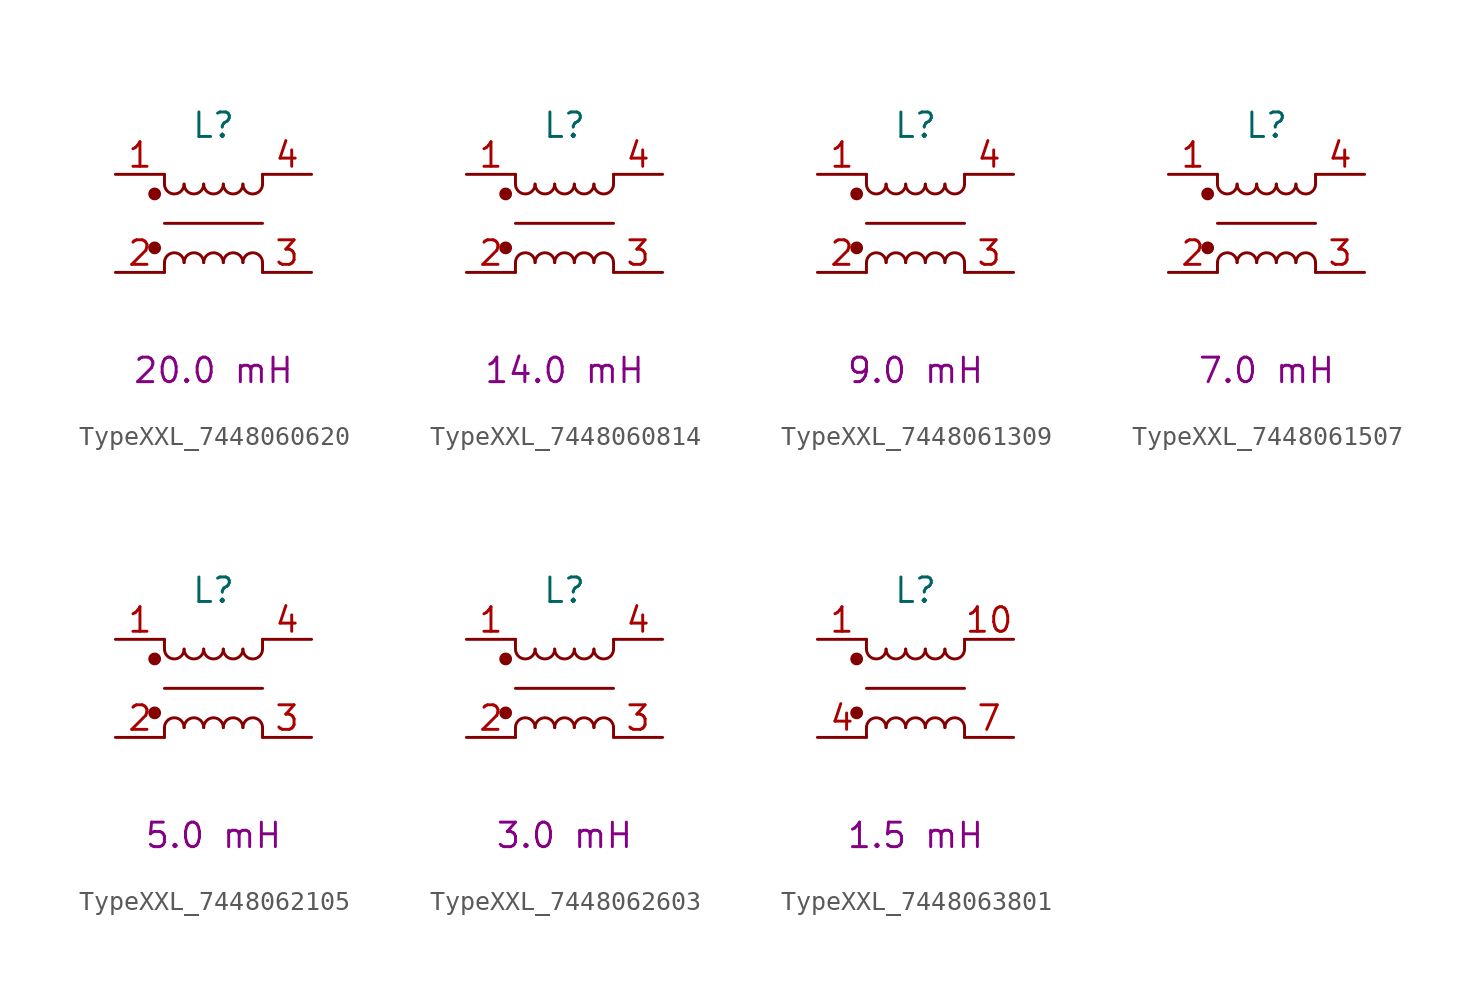
<source format=kicad_sym>
(kicad_symbol_lib
  (version 20220914)
  (generator kicad_symbol_editor)
  (symbol "TypeXXL_7448060620"
    (pin_names hide)
    (property "Reference" "L"
      (at 0 5.08 0)
      (effects (font (size 1.27 1.27))))
    (property "Critical Parameter" "20.0 mH"
      (at 0 -7.62 0)
      (effects (font (size 1.27 1.27))))
    (symbol "TypeXXL_7448060620_0_1"
      (circle (center -3.048 -1.27) (radius 0.254) (stroke (width 0) (type default)) (fill (type outline)))
      (circle (center -3.048 1.524) (radius 0.254) (stroke (width 0) (type default)) (fill (type outline)))
      (arc (start -2.54 2.032) (mid -2.032 1.5262) (end -1.524 2.032) (stroke (width 0) (type default)) (fill (type none)))
      (arc (start -1.524 -2.032) (mid -2.032 -1.5262) (end -2.54 -2.032) (stroke (width 0) (type default)) (fill (type none)))
      (arc (start -1.524 2.032) (mid -1.016 1.5262) (end -0.508 2.032) (stroke (width 0) (type default)) (fill (type none)))
      (arc (start -0.508 -2.032) (mid -1.016 -1.5262) (end -1.524 -2.032) (stroke (width 0) (type default)) (fill (type none)))
      (arc (start -0.508 2.032) (mid 0 1.5262) (end 0.508 2.032) (stroke (width 0) (type default)) (fill (type none)))
      (polyline (pts (xy -2.54 -2.032) (xy -2.54 -2.54)) (stroke (width 0) (type default)) (fill (type none)))
      (polyline (pts (xy -2.54 2.032) (xy -2.54 2.54)) (stroke (width 0) (type default)) (fill (type none)))
      (polyline (pts (xy 2.54 -2.032) (xy 2.54 -2.54)) (stroke (width 0) (type default)) (fill (type none)))
      (polyline (pts (xy 2.54 0) (xy -2.54 0)) (stroke (width 0) (type default)) (fill (type none)))
      (polyline (pts (xy 2.54 2.54) (xy 2.54 2.032)) (stroke (width 0) (type default)) (fill (type none)))
      (arc (start 0.508 -2.032) (mid 0 -1.5262) (end -0.508 -2.032) (stroke (width 0) (type default)) (fill (type none)))
      (arc (start 0.508 2.032) (mid 1.016 1.5262) (end 1.524 2.032) (stroke (width 0) (type default)) (fill (type none)))
      (arc (start 1.524 -2.032) (mid 1.016 -1.5262) (end 0.508 -2.032) (stroke (width 0) (type default)) (fill (type none)))
      (arc (start 1.524 2.032) (mid 2.032 1.5262) (end 2.54 2.032) (stroke (width 0) (type default)) (fill (type none)))
      (arc (start 2.54 -2.032) (mid 2.032 -1.5262) (end 1.524 -2.032) (stroke (width 0) (type default)) (fill (type none))))
    (symbol "TypeXXL_7448060620_1_1"
      (pin passive line (at -5.08 2.54 0) (length 2.54) (name "1" (effects (font (size 1.27 1.27)))) (number "1" (effects (font (size 1.27 1.27)))))
      (pin passive line (at -5.08 -2.54 0) (length 2.54) (name "2" (effects (font (size 1.27 1.27)))) (number "2" (effects (font (size 1.27 1.27)))))
      (pin passive line (at 5.08 -2.54 180) (length 2.54) (name "3" (effects (font (size 1.27 1.27)))) (number "3" (effects (font (size 1.27 1.27)))))
      (pin passive line (at 5.08 2.54 180) (length 2.54) (name "4" (effects (font (size 1.27 1.27)))) (number "4" (effects (font (size 1.27 1.27)))))))
  (symbol "TypeXXL_7448060814"
    (pin_names hide)
    (property "Reference" "L"
      (at 0 5.08 0)
      (effects (font (size 1.27 1.27))))
    (property "Critical Parameter" "14.0 mH"
      (at 0 -7.62 0)
      (effects (font (size 1.27 1.27))))
    (symbol "TypeXXL_7448060814_0_1"
      (circle (center -3.048 -1.27) (radius 0.254) (stroke (width 0) (type default)) (fill (type outline)))
      (circle (center -3.048 1.524) (radius 0.254) (stroke (width 0) (type default)) (fill (type outline)))
      (arc (start -2.54 2.032) (mid -2.032 1.5262) (end -1.524 2.032) (stroke (width 0) (type default)) (fill (type none)))
      (arc (start -1.524 -2.032) (mid -2.032 -1.5262) (end -2.54 -2.032) (stroke (width 0) (type default)) (fill (type none)))
      (arc (start -1.524 2.032) (mid -1.016 1.5262) (end -0.508 2.032) (stroke (width 0) (type default)) (fill (type none)))
      (arc (start -0.508 -2.032) (mid -1.016 -1.5262) (end -1.524 -2.032) (stroke (width 0) (type default)) (fill (type none)))
      (arc (start -0.508 2.032) (mid 0 1.5262) (end 0.508 2.032) (stroke (width 0) (type default)) (fill (type none)))
      (polyline (pts (xy -2.54 -2.032) (xy -2.54 -2.54)) (stroke (width 0) (type default)) (fill (type none)))
      (polyline (pts (xy -2.54 2.032) (xy -2.54 2.54)) (stroke (width 0) (type default)) (fill (type none)))
      (polyline (pts (xy 2.54 -2.032) (xy 2.54 -2.54)) (stroke (width 0) (type default)) (fill (type none)))
      (polyline (pts (xy 2.54 0) (xy -2.54 0)) (stroke (width 0) (type default)) (fill (type none)))
      (polyline (pts (xy 2.54 2.54) (xy 2.54 2.032)) (stroke (width 0) (type default)) (fill (type none)))
      (arc (start 0.508 -2.032) (mid 0 -1.5262) (end -0.508 -2.032) (stroke (width 0) (type default)) (fill (type none)))
      (arc (start 0.508 2.032) (mid 1.016 1.5262) (end 1.524 2.032) (stroke (width 0) (type default)) (fill (type none)))
      (arc (start 1.524 -2.032) (mid 1.016 -1.5262) (end 0.508 -2.032) (stroke (width 0) (type default)) (fill (type none)))
      (arc (start 1.524 2.032) (mid 2.032 1.5262) (end 2.54 2.032) (stroke (width 0) (type default)) (fill (type none)))
      (arc (start 2.54 -2.032) (mid 2.032 -1.5262) (end 1.524 -2.032) (stroke (width 0) (type default)) (fill (type none))))
    (symbol "TypeXXL_7448060814_1_1"
      (pin passive line (at -5.08 2.54 0) (length 2.54) (name "1" (effects (font (size 1.27 1.27)))) (number "1" (effects (font (size 1.27 1.27)))))
      (pin passive line (at -5.08 -2.54 0) (length 2.54) (name "2" (effects (font (size 1.27 1.27)))) (number "2" (effects (font (size 1.27 1.27)))))
      (pin passive line (at 5.08 -2.54 180) (length 2.54) (name "3" (effects (font (size 1.27 1.27)))) (number "3" (effects (font (size 1.27 1.27)))))
      (pin passive line (at 5.08 2.54 180) (length 2.54) (name "4" (effects (font (size 1.27 1.27)))) (number "4" (effects (font (size 1.27 1.27)))))))
  (symbol "TypeXXL_7448061309"
    (pin_names hide)
    (property "Reference" "L"
      (at 0 5.08 0)
      (effects (font (size 1.27 1.27))))
    (property "Critical Parameter" "9.0 mH"
      (at 0 -7.62 0)
      (effects (font (size 1.27 1.27))))
    (symbol "TypeXXL_7448061309_0_1"
      (circle (center -3.048 -1.27) (radius 0.254) (stroke (width 0) (type default)) (fill (type outline)))
      (circle (center -3.048 1.524) (radius 0.254) (stroke (width 0) (type default)) (fill (type outline)))
      (arc (start -2.54 2.032) (mid -2.032 1.5262) (end -1.524 2.032) (stroke (width 0) (type default)) (fill (type none)))
      (arc (start -1.524 -2.032) (mid -2.032 -1.5262) (end -2.54 -2.032) (stroke (width 0) (type default)) (fill (type none)))
      (arc (start -1.524 2.032) (mid -1.016 1.5262) (end -0.508 2.032) (stroke (width 0) (type default)) (fill (type none)))
      (arc (start -0.508 -2.032) (mid -1.016 -1.5262) (end -1.524 -2.032) (stroke (width 0) (type default)) (fill (type none)))
      (arc (start -0.508 2.032) (mid 0 1.5262) (end 0.508 2.032) (stroke (width 0) (type default)) (fill (type none)))
      (polyline (pts (xy -2.54 -2.032) (xy -2.54 -2.54)) (stroke (width 0) (type default)) (fill (type none)))
      (polyline (pts (xy -2.54 2.032) (xy -2.54 2.54)) (stroke (width 0) (type default)) (fill (type none)))
      (polyline (pts (xy 2.54 -2.032) (xy 2.54 -2.54)) (stroke (width 0) (type default)) (fill (type none)))
      (polyline (pts (xy 2.54 0) (xy -2.54 0)) (stroke (width 0) (type default)) (fill (type none)))
      (polyline (pts (xy 2.54 2.54) (xy 2.54 2.032)) (stroke (width 0) (type default)) (fill (type none)))
      (arc (start 0.508 -2.032) (mid 0 -1.5262) (end -0.508 -2.032) (stroke (width 0) (type default)) (fill (type none)))
      (arc (start 0.508 2.032) (mid 1.016 1.5262) (end 1.524 2.032) (stroke (width 0) (type default)) (fill (type none)))
      (arc (start 1.524 -2.032) (mid 1.016 -1.5262) (end 0.508 -2.032) (stroke (width 0) (type default)) (fill (type none)))
      (arc (start 1.524 2.032) (mid 2.032 1.5262) (end 2.54 2.032) (stroke (width 0) (type default)) (fill (type none)))
      (arc (start 2.54 -2.032) (mid 2.032 -1.5262) (end 1.524 -2.032) (stroke (width 0) (type default)) (fill (type none))))
    (symbol "TypeXXL_7448061309_1_1"
      (pin passive line (at -5.08 2.54 0) (length 2.54) (name "1" (effects (font (size 1.27 1.27)))) (number "1" (effects (font (size 1.27 1.27)))))
      (pin passive line (at -5.08 -2.54 0) (length 2.54) (name "2" (effects (font (size 1.27 1.27)))) (number "2" (effects (font (size 1.27 1.27)))))
      (pin passive line (at 5.08 -2.54 180) (length 2.54) (name "3" (effects (font (size 1.27 1.27)))) (number "3" (effects (font (size 1.27 1.27)))))
      (pin passive line (at 5.08 2.54 180) (length 2.54) (name "4" (effects (font (size 1.27 1.27)))) (number "4" (effects (font (size 1.27 1.27)))))))
  (symbol "TypeXXL_7448061507"
    (pin_names hide)
    (property "Reference" "L"
      (at 0 5.08 0)
      (effects (font (size 1.27 1.27))))
    (property "Critical Parameter" "7.0 mH"
      (at 0 -7.62 0)
      (effects (font (size 1.27 1.27))))
    (symbol "TypeXXL_7448061507_0_1"
      (circle (center -3.048 -1.27) (radius 0.254) (stroke (width 0) (type default)) (fill (type outline)))
      (circle (center -3.048 1.524) (radius 0.254) (stroke (width 0) (type default)) (fill (type outline)))
      (arc (start -2.54 2.032) (mid -2.032 1.5262) (end -1.524 2.032) (stroke (width 0) (type default)) (fill (type none)))
      (arc (start -1.524 -2.032) (mid -2.032 -1.5262) (end -2.54 -2.032) (stroke (width 0) (type default)) (fill (type none)))
      (arc (start -1.524 2.032) (mid -1.016 1.5262) (end -0.508 2.032) (stroke (width 0) (type default)) (fill (type none)))
      (arc (start -0.508 -2.032) (mid -1.016 -1.5262) (end -1.524 -2.032) (stroke (width 0) (type default)) (fill (type none)))
      (arc (start -0.508 2.032) (mid 0 1.5262) (end 0.508 2.032) (stroke (width 0) (type default)) (fill (type none)))
      (polyline (pts (xy -2.54 -2.032) (xy -2.54 -2.54)) (stroke (width 0) (type default)) (fill (type none)))
      (polyline (pts (xy -2.54 2.032) (xy -2.54 2.54)) (stroke (width 0) (type default)) (fill (type none)))
      (polyline (pts (xy 2.54 -2.032) (xy 2.54 -2.54)) (stroke (width 0) (type default)) (fill (type none)))
      (polyline (pts (xy 2.54 0) (xy -2.54 0)) (stroke (width 0) (type default)) (fill (type none)))
      (polyline (pts (xy 2.54 2.54) (xy 2.54 2.032)) (stroke (width 0) (type default)) (fill (type none)))
      (arc (start 0.508 -2.032) (mid 0 -1.5262) (end -0.508 -2.032) (stroke (width 0) (type default)) (fill (type none)))
      (arc (start 0.508 2.032) (mid 1.016 1.5262) (end 1.524 2.032) (stroke (width 0) (type default)) (fill (type none)))
      (arc (start 1.524 -2.032) (mid 1.016 -1.5262) (end 0.508 -2.032) (stroke (width 0) (type default)) (fill (type none)))
      (arc (start 1.524 2.032) (mid 2.032 1.5262) (end 2.54 2.032) (stroke (width 0) (type default)) (fill (type none)))
      (arc (start 2.54 -2.032) (mid 2.032 -1.5262) (end 1.524 -2.032) (stroke (width 0) (type default)) (fill (type none))))
    (symbol "TypeXXL_7448061507_1_1"
      (pin passive line (at -5.08 2.54 0) (length 2.54) (name "1" (effects (font (size 1.27 1.27)))) (number "1" (effects (font (size 1.27 1.27)))))
      (pin passive line (at -5.08 -2.54 0) (length 2.54) (name "2" (effects (font (size 1.27 1.27)))) (number "2" (effects (font (size 1.27 1.27)))))
      (pin passive line (at 5.08 -2.54 180) (length 2.54) (name "3" (effects (font (size 1.27 1.27)))) (number "3" (effects (font (size 1.27 1.27)))))
      (pin passive line (at 5.08 2.54 180) (length 2.54) (name "4" (effects (font (size 1.27 1.27)))) (number "4" (effects (font (size 1.27 1.27)))))))
  (symbol "TypeXXL_7448062105"
    (pin_names hide)
    (property "Reference" "L"
      (at 0 5.08 0)
      (effects (font (size 1.27 1.27))))
    (property "Critical Parameter" "5.0 mH"
      (at 0 -7.62 0)
      (effects (font (size 1.27 1.27))))
    (symbol "TypeXXL_7448062105_0_1"
      (circle (center -3.048 -1.27) (radius 0.254) (stroke (width 0) (type default)) (fill (type outline)))
      (circle (center -3.048 1.524) (radius 0.254) (stroke (width 0) (type default)) (fill (type outline)))
      (arc (start -2.54 2.032) (mid -2.032 1.5262) (end -1.524 2.032) (stroke (width 0) (type default)) (fill (type none)))
      (arc (start -1.524 -2.032) (mid -2.032 -1.5262) (end -2.54 -2.032) (stroke (width 0) (type default)) (fill (type none)))
      (arc (start -1.524 2.032) (mid -1.016 1.5262) (end -0.508 2.032) (stroke (width 0) (type default)) (fill (type none)))
      (arc (start -0.508 -2.032) (mid -1.016 -1.5262) (end -1.524 -2.032) (stroke (width 0) (type default)) (fill (type none)))
      (arc (start -0.508 2.032) (mid 0 1.5262) (end 0.508 2.032) (stroke (width 0) (type default)) (fill (type none)))
      (polyline (pts (xy -2.54 -2.032) (xy -2.54 -2.54)) (stroke (width 0) (type default)) (fill (type none)))
      (polyline (pts (xy -2.54 2.032) (xy -2.54 2.54)) (stroke (width 0) (type default)) (fill (type none)))
      (polyline (pts (xy 2.54 -2.032) (xy 2.54 -2.54)) (stroke (width 0) (type default)) (fill (type none)))
      (polyline (pts (xy 2.54 0) (xy -2.54 0)) (stroke (width 0) (type default)) (fill (type none)))
      (polyline (pts (xy 2.54 2.54) (xy 2.54 2.032)) (stroke (width 0) (type default)) (fill (type none)))
      (arc (start 0.508 -2.032) (mid 0 -1.5262) (end -0.508 -2.032) (stroke (width 0) (type default)) (fill (type none)))
      (arc (start 0.508 2.032) (mid 1.016 1.5262) (end 1.524 2.032) (stroke (width 0) (type default)) (fill (type none)))
      (arc (start 1.524 -2.032) (mid 1.016 -1.5262) (end 0.508 -2.032) (stroke (width 0) (type default)) (fill (type none)))
      (arc (start 1.524 2.032) (mid 2.032 1.5262) (end 2.54 2.032) (stroke (width 0) (type default)) (fill (type none)))
      (arc (start 2.54 -2.032) (mid 2.032 -1.5262) (end 1.524 -2.032) (stroke (width 0) (type default)) (fill (type none))))
    (symbol "TypeXXL_7448062105_1_1"
      (pin passive line (at -5.08 2.54 0) (length 2.54) (name "1" (effects (font (size 1.27 1.27)))) (number "1" (effects (font (size 1.27 1.27)))))
      (pin passive line (at -5.08 -2.54 0) (length 2.54) (name "2" (effects (font (size 1.27 1.27)))) (number "2" (effects (font (size 1.27 1.27)))))
      (pin passive line (at 5.08 -2.54 180) (length 2.54) (name "3" (effects (font (size 1.27 1.27)))) (number "3" (effects (font (size 1.27 1.27)))))
      (pin passive line (at 5.08 2.54 180) (length 2.54) (name "4" (effects (font (size 1.27 1.27)))) (number "4" (effects (font (size 1.27 1.27)))))))
  (symbol "TypeXXL_7448062603"
    (pin_names hide)
    (property "Reference" "L"
      (at 0 5.08 0)
      (effects (font (size 1.27 1.27))))
    (property "Critical Parameter" "3.0 mH"
      (at 0 -7.62 0)
      (effects (font (size 1.27 1.27))))
    (symbol "TypeXXL_7448062603_0_1"
      (circle (center -3.048 -1.27) (radius 0.254) (stroke (width 0) (type default)) (fill (type outline)))
      (circle (center -3.048 1.524) (radius 0.254) (stroke (width 0) (type default)) (fill (type outline)))
      (arc (start -2.54 2.032) (mid -2.032 1.5262) (end -1.524 2.032) (stroke (width 0) (type default)) (fill (type none)))
      (arc (start -1.524 -2.032) (mid -2.032 -1.5262) (end -2.54 -2.032) (stroke (width 0) (type default)) (fill (type none)))
      (arc (start -1.524 2.032) (mid -1.016 1.5262) (end -0.508 2.032) (stroke (width 0) (type default)) (fill (type none)))
      (arc (start -0.508 -2.032) (mid -1.016 -1.5262) (end -1.524 -2.032) (stroke (width 0) (type default)) (fill (type none)))
      (arc (start -0.508 2.032) (mid 0 1.5262) (end 0.508 2.032) (stroke (width 0) (type default)) (fill (type none)))
      (polyline (pts (xy -2.54 -2.032) (xy -2.54 -2.54)) (stroke (width 0) (type default)) (fill (type none)))
      (polyline (pts (xy -2.54 2.032) (xy -2.54 2.54)) (stroke (width 0) (type default)) (fill (type none)))
      (polyline (pts (xy 2.54 -2.032) (xy 2.54 -2.54)) (stroke (width 0) (type default)) (fill (type none)))
      (polyline (pts (xy 2.54 0) (xy -2.54 0)) (stroke (width 0) (type default)) (fill (type none)))
      (polyline (pts (xy 2.54 2.54) (xy 2.54 2.032)) (stroke (width 0) (type default)) (fill (type none)))
      (arc (start 0.508 -2.032) (mid 0 -1.5262) (end -0.508 -2.032) (stroke (width 0) (type default)) (fill (type none)))
      (arc (start 0.508 2.032) (mid 1.016 1.5262) (end 1.524 2.032) (stroke (width 0) (type default)) (fill (type none)))
      (arc (start 1.524 -2.032) (mid 1.016 -1.5262) (end 0.508 -2.032) (stroke (width 0) (type default)) (fill (type none)))
      (arc (start 1.524 2.032) (mid 2.032 1.5262) (end 2.54 2.032) (stroke (width 0) (type default)) (fill (type none)))
      (arc (start 2.54 -2.032) (mid 2.032 -1.5262) (end 1.524 -2.032) (stroke (width 0) (type default)) (fill (type none))))
    (symbol "TypeXXL_7448062603_1_1"
      (pin passive line (at -5.08 2.54 0) (length 2.54) (name "1" (effects (font (size 1.27 1.27)))) (number "1" (effects (font (size 1.27 1.27)))))
      (pin passive line (at -5.08 -2.54 0) (length 2.54) (name "2" (effects (font (size 1.27 1.27)))) (number "2" (effects (font (size 1.27 1.27)))))
      (pin passive line (at 5.08 -2.54 180) (length 2.54) (name "3" (effects (font (size 1.27 1.27)))) (number "3" (effects (font (size 1.27 1.27)))))
      (pin passive line (at 5.08 2.54 180) (length 2.54) (name "4" (effects (font (size 1.27 1.27)))) (number "4" (effects (font (size 1.27 1.27)))))))
  (symbol "TypeXXL_7448063801"
    (pin_names hide)
    (property "Reference" "L"
      (at 0 5.08 0)
      (effects (font (size 1.27 1.27))))
    (property "Critical Parameter" "1.5 mH"
      (at 0 -7.62 0)
      (effects (font (size 1.27 1.27))))
    (symbol "TypeXXL_7448063801_0_1"
      (circle (center -3.048 -1.27) (radius 0.254) (stroke (width 0) (type default)) (fill (type outline)))
      (circle (center -3.048 1.524) (radius 0.254) (stroke (width 0) (type default)) (fill (type outline)))
      (arc (start -2.54 2.032) (mid -2.032 1.5262) (end -1.524 2.032) (stroke (width 0) (type default)) (fill (type none)))
      (arc (start -1.524 -2.032) (mid -2.032 -1.5262) (end -2.54 -2.032) (stroke (width 0) (type default)) (fill (type none)))
      (arc (start -1.524 2.032) (mid -1.016 1.5262) (end -0.508 2.032) (stroke (width 0) (type default)) (fill (type none)))
      (arc (start -0.508 -2.032) (mid -1.016 -1.5262) (end -1.524 -2.032) (stroke (width 0) (type default)) (fill (type none)))
      (arc (start -0.508 2.032) (mid 0 1.5262) (end 0.508 2.032) (stroke (width 0) (type default)) (fill (type none)))
      (polyline (pts (xy -2.54 -2.032) (xy -2.54 -2.54)) (stroke (width 0) (type default)) (fill (type none)))
      (polyline (pts (xy -2.54 2.032) (xy -2.54 2.54)) (stroke (width 0) (type default)) (fill (type none)))
      (polyline (pts (xy 2.54 -2.032) (xy 2.54 -2.54)) (stroke (width 0) (type default)) (fill (type none)))
      (polyline (pts (xy 2.54 0) (xy -2.54 0)) (stroke (width 0) (type default)) (fill (type none)))
      (polyline (pts (xy 2.54 2.54) (xy 2.54 2.032)) (stroke (width 0) (type default)) (fill (type none)))
      (arc (start 0.508 -2.032) (mid 0 -1.5262) (end -0.508 -2.032) (stroke (width 0) (type default)) (fill (type none)))
      (arc (start 0.508 2.032) (mid 1.016 1.5262) (end 1.524 2.032) (stroke (width 0) (type default)) (fill (type none)))
      (arc (start 1.524 -2.032) (mid 1.016 -1.5262) (end 0.508 -2.032) (stroke (width 0) (type default)) (fill (type none)))
      (arc (start 1.524 2.032) (mid 2.032 1.5262) (end 2.54 2.032) (stroke (width 0) (type default)) (fill (type none)))
      (arc (start 2.54 -2.032) (mid 2.032 -1.5262) (end 1.524 -2.032) (stroke (width 0) (type default)) (fill (type none))))
    (symbol "TypeXXL_7448063801_1_1"
      (pin passive line (at -5.08 2.54 0) (length 2.54) (name "1" (effects (font (size 1.27 1.27)))) (number "1" (effects (font (size 1.27 1.27)))))
      (pin passive line (at 5.08 2.54 180) (length 2.54) (name "10" (effects (font (size 1.27 1.27)))) (number "10" (effects (font (size 1.27 1.27)))))
      (pin passive line (at 5.08 2.54 180) (length 2.54) hide (name "11" (effects (font (size 1.27 1.27)))) (number "11" (effects (font (size 1.27 1.27)))))
      (pin passive line (at 5.08 2.54 180) (length 2.54) hide (name "12" (effects (font (size 1.27 1.27)))) (number "12" (effects (font (size 1.27 1.27)))))
      (pin passive line (at -5.08 2.54 0) (length 2.54) hide (name "2" (effects (font (size 1.27 1.27)))) (number "2" (effects (font (size 1.27 1.27)))))
      (pin passive line (at -5.08 2.54 0) (length 2.54) hide (name "3" (effects (font (size 1.27 1.27)))) (number "3" (effects (font (size 1.27 1.27)))))
      (pin passive line (at -5.08 -2.54 0) (length 2.54) (name "4" (effects (font (size 1.27 1.27)))) (number "4" (effects (font (size 1.27 1.27)))))
      (pin passive line (at -5.08 -2.54 0) (length 2.54) hide (name "5" (effects (font (size 1.27 1.27)))) (number "5" (effects (font (size 1.27 1.27)))))
      (pin passive line (at -5.08 -2.54 0) (length 2.54) hide (name "6" (effects (font (size 1.27 1.27)))) (number "6" (effects (font (size 1.27 1.27)))))
      (pin passive line (at 5.08 -2.54 180) (length 2.54) (name "7" (effects (font (size 1.27 1.27)))) (number "7" (effects (font (size 1.27 1.27)))))
      (pin passive line (at 5.08 -2.54 180) (length 2.54) hide (name "8" (effects (font (size 1.27 1.27)))) (number "8" (effects (font (size 1.27 1.27)))))
      (pin passive line (at 5.08 -2.54 180) (length 2.54) hide (name "9" (effects (font (size 1.27 1.27)))) (number "9" (effects (font (size 1.27 1.27))))))))
</source>
